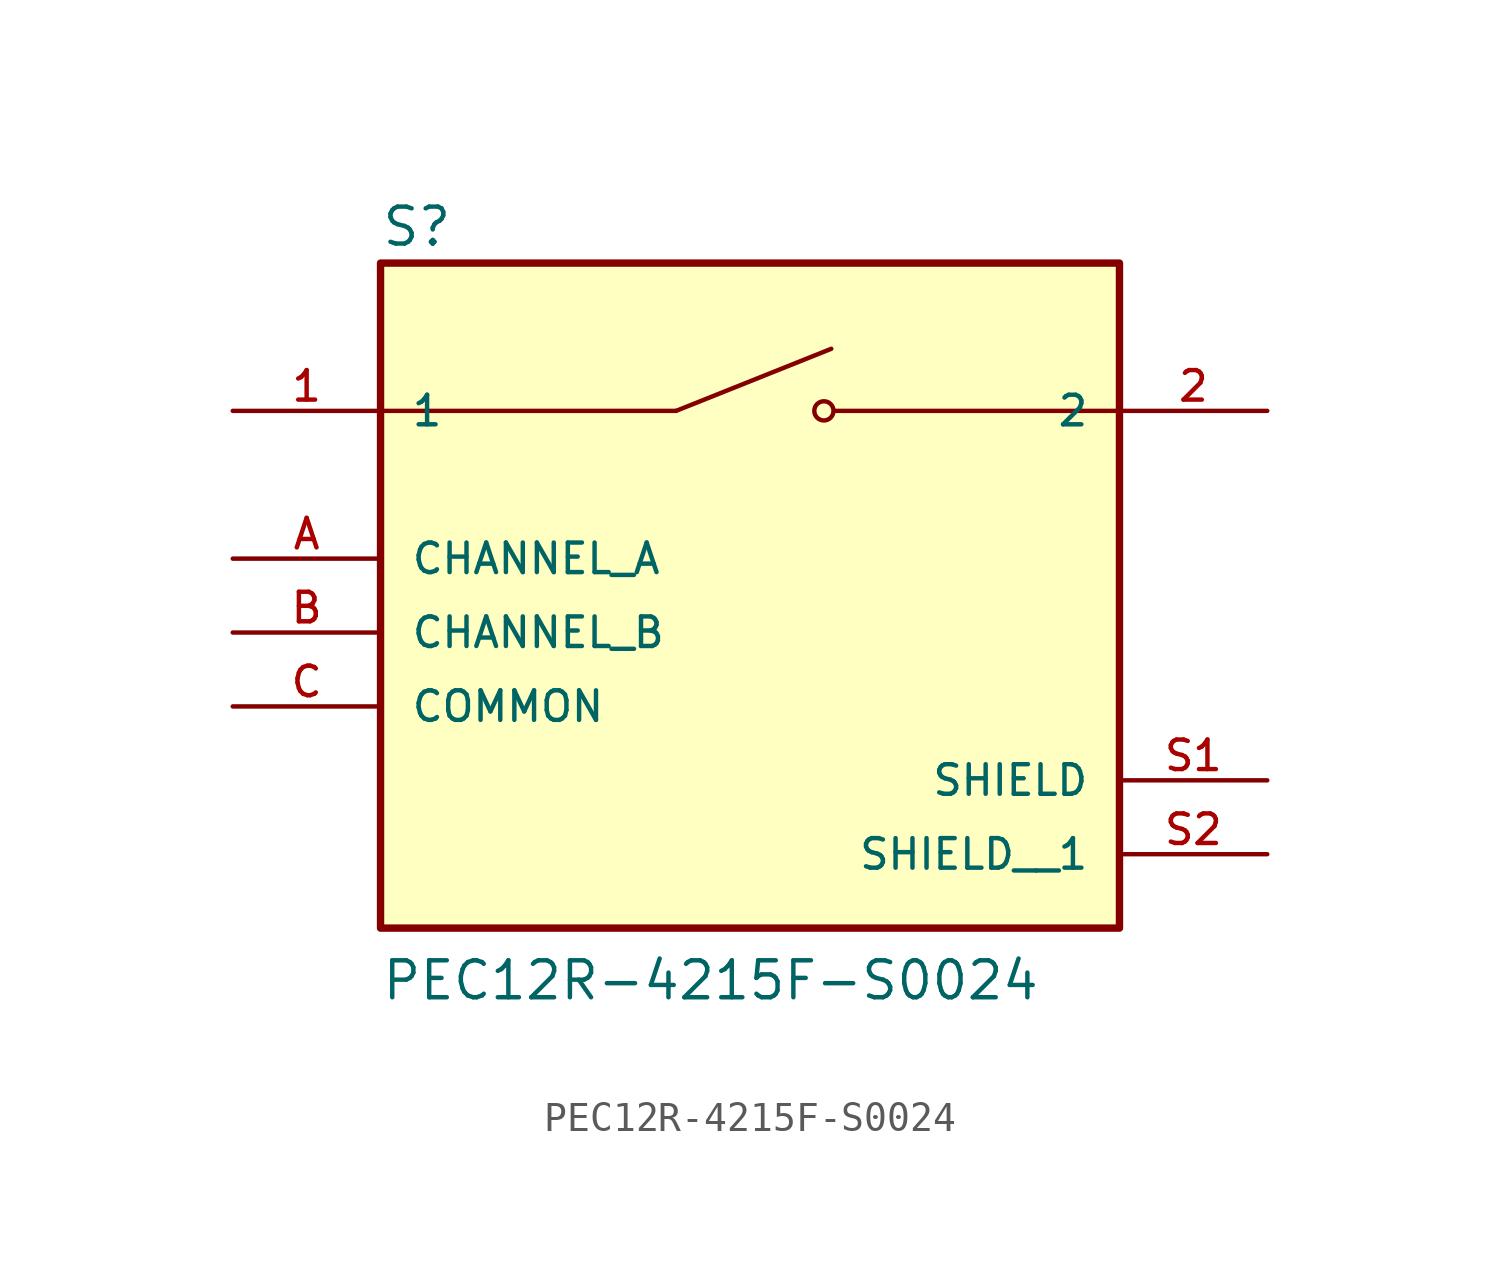
<source format=kicad_sym>
(kicad_symbol_lib
  (version 20211014)
  (generator kicad_symbol_editor)
  (symbol "PEC12R-4215F-S0024"
    (pin_names
      (offset 1.016))
    (property "Reference" "S"
      (at -12.7 10.668 0)
      (effects (font (size 1.27 1.27)) (justify bottom left)))
    (property "Value" "PEC12R-4215F-S0024"
      (at -12.7 -15.24 0)
      (effects (font (size 1.27 1.27)) (justify bottom left)))
    (symbol "PEC12R-4215F-S0024_0_0"
      (polyline (pts (xy -2.54 5.08) (xy 2.794 7.214)) (stroke (width 0.152)))
      (circle (center 2.54 5.08) (radius 0.33) (stroke (width 0.152)) (fill (type none)))
      (polyline (pts (xy 12.7 5.08) (xy 2.921 5.08)) (stroke (width 0.152)))
      (polyline (pts (xy -2.54 5.08) (xy -12.7 5.08)) (stroke (width 0.152)))
      (rectangle (start -12.7 -12.7) (end 12.7 10.16) (stroke (width 0.254)) (fill (type background)))
      (pin passive line (at -17.78 5.08 0) (length 5.08) (name "1" (effects (font (size 1.016 1.016)))) (number "1" (effects (font (size 1.016 1.016)))))
      (pin passive line (at 17.78 5.08 180.0) (length 5.08) (name "2" (effects (font (size 1.016 1.016)))) (number "2" (effects (font (size 1.016 1.016)))))
      (pin passive line (at -17.78 0.0 0) (length 5.08) (name "CHANNEL_A" (effects (font (size 1.016 1.016)))) (number "A" (effects (font (size 1.016 1.016)))))
      (pin passive line (at -17.78 -2.54 0) (length 5.08) (name "CHANNEL_B" (effects (font (size 1.016 1.016)))) (number "B" (effects (font (size 1.016 1.016)))))
      (pin passive line (at 17.78 -7.62 180.0) (length 5.08) (name "SHIELD" (effects (font (size 1.016 1.016)))) (number "S1" (effects (font (size 1.016 1.016)))))
      (pin passive line (at -17.78 -5.08 0) (length 5.08) (name "COMMON" (effects (font (size 1.016 1.016)))) (number "C" (effects (font (size 1.016 1.016)))))
      (pin passive line (at 17.78 -10.16 180.0) (length 5.08) (name "SHIELD__1" (effects (font (size 1.016 1.016)))) (number "S2" (effects (font (size 1.016 1.016))))))))
</source>
